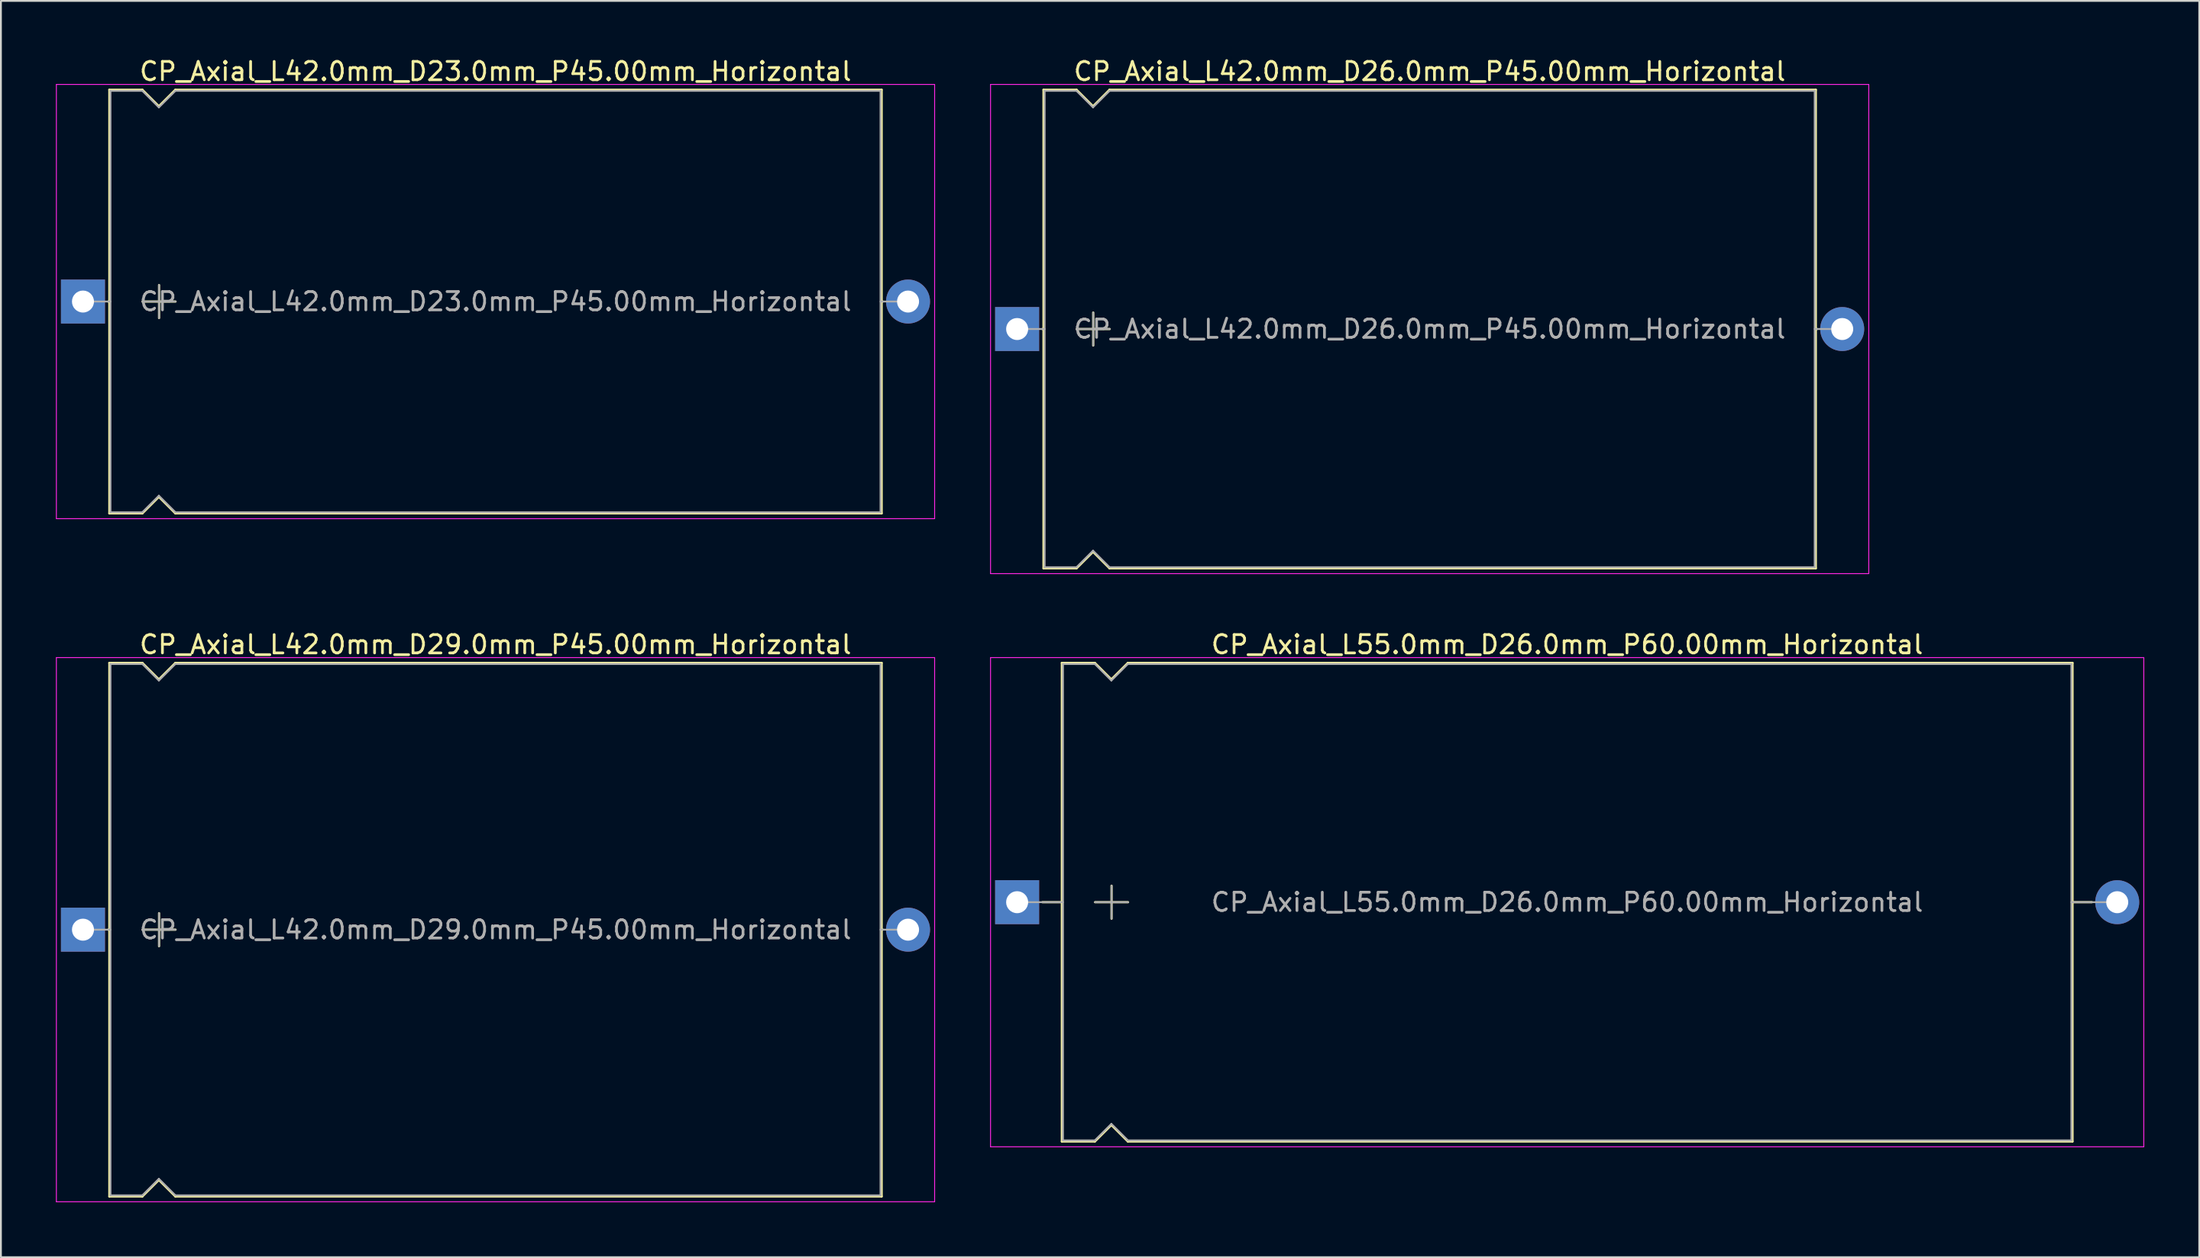
<source format=kicad_pcb>
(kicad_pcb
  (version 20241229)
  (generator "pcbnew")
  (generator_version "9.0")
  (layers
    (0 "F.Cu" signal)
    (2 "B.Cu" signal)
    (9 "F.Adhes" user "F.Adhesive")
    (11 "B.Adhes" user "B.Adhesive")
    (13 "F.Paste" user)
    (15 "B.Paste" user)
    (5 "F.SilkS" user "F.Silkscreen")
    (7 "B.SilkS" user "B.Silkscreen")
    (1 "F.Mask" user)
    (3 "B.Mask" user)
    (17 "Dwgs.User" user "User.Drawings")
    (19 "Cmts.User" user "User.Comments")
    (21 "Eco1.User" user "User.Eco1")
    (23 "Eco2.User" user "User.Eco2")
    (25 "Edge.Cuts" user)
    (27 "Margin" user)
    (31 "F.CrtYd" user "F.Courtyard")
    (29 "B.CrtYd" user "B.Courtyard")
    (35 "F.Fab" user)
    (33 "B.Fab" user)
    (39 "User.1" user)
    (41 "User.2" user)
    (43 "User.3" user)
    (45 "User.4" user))
  (footprint "CP_Axial_L55.0mm_D26.0mm_P60.00mm_Horizontal"
    (layer "F.Cu")
    (at 52.425 46.191)
    (property "Reference" "CP_Axial_L55.0mm_D26.0mm_P60.00mm_Horizontal" (at 30 -14.06 0) (layer "F.SilkS") (effects (font (size 1 1) (thickness 0.15))))
    (attr through_hole)
    (fp_line (start 1.38 0) (end 2.44 0) (stroke (width 0.12) (type solid)) (layer "F.SilkS"))
    (fp_line (start 2.44 -13.06) (end 2.44 13.06) (stroke (width 0.12) (type solid)) (layer "F.SilkS"))
    (fp_line (start 2.44 -13.06) (end 4.24 -13.06) (stroke (width 0.12) (type solid)) (layer "F.SilkS"))
    (fp_line (start 2.44 13.06) (end 4.24 13.06) (stroke (width 0.12) (type solid)) (layer "F.SilkS"))
    (fp_line (start 4.24 -13.06) (end 5.14 -12.16) (stroke (width 0.12) (type solid)) (layer "F.SilkS"))
    (fp_line (start 4.24 13.06) (end 5.14 12.16) (stroke (width 0.12) (type solid)) (layer "F.SilkS"))
    (fp_line (start 4.25 0) (end 6.05 0) (stroke (width 0.12) (type solid)) (layer "F.SilkS"))
    (fp_line (start 5.14 -12.16) (end 6.04 -13.06) (stroke (width 0.12) (type solid)) (layer "F.SilkS"))
    (fp_line (start 5.14 12.16) (end 6.04 13.06) (stroke (width 0.12) (type solid)) (layer "F.SilkS"))
    (fp_line (start 5.15 -0.9) (end 5.15 0.9) (stroke (width 0.12) (type solid)) (layer "F.SilkS"))
    (fp_line (start 6.04 -13.06) (end 57.56 -13.06) (stroke (width 0.12) (type solid)) (layer "F.SilkS"))
    (fp_line (start 6.04 13.06) (end 57.56 13.06) (stroke (width 0.12) (type solid)) (layer "F.SilkS"))
    (fp_line (start 57.56 -13.06) (end 57.56 13.06) (stroke (width 0.12) (type solid)) (layer "F.SilkS"))
    (fp_line (start 58.62 0) (end 57.56 0) (stroke (width 0.12) (type solid)) (layer "F.SilkS"))
    (fp_line (start -1.45 -13.35) (end -1.45 13.35) (stroke (width 0.05) (type solid)) (layer "F.CrtYd"))
    (fp_line (start -1.45 13.35) (end 61.45 13.35) (stroke (width 0.05) (type solid)) (layer "F.CrtYd"))
    (fp_line (start 61.45 -13.35) (end -1.45 -13.35) (stroke (width 0.05) (type solid)) (layer "F.CrtYd"))
    (fp_line (start 61.45 13.35) (end 61.45 -13.35) (stroke (width 0.05) (type solid)) (layer "F.CrtYd"))
    (fp_line (start 0 0) (end 2.5 0) (stroke (width 0.1) (type solid)) (layer "F.Fab"))
    (fp_line (start 2.5 -13) (end 2.5 13) (stroke (width 0.1) (type solid)) (layer "F.Fab"))
    (fp_line (start 2.5 -13) (end 4.24 -13) (stroke (width 0.1) (type solid)) (layer "F.Fab"))
    (fp_line (start 2.5 13) (end 4.24 13) (stroke (width 0.1) (type solid)) (layer "F.Fab"))
    (fp_line (start 4.24 -13) (end 5.14 -12.1) (stroke (width 0.1) (type solid)) (layer "F.Fab"))
    (fp_line (start 4.24 13) (end 5.14 12.1) (stroke (width 0.1) (type solid)) (layer "F.Fab"))
    (fp_line (start 4.25 0) (end 6.05 0) (stroke (width 0.1) (type solid)) (layer "F.Fab"))
    (fp_line (start 5.14 -12.1) (end 6.04 -13) (stroke (width 0.1) (type solid)) (layer "F.Fab"))
    (fp_line (start 5.14 12.1) (end 6.04 13) (stroke (width 0.1) (type solid)) (layer "F.Fab"))
    (fp_line (start 5.15 -0.9) (end 5.15 0.9) (stroke (width 0.1) (type solid)) (layer "F.Fab"))
    (fp_line (start 6.04 -13) (end 57.5 -13) (stroke (width 0.1) (type solid)) (layer "F.Fab"))
    (fp_line (start 6.04 13) (end 57.5 13) (stroke (width 0.1) (type solid)) (layer "F.Fab"))
    (fp_line (start 57.5 -13) (end 57.5 13) (stroke (width 0.1) (type solid)) (layer "F.Fab"))
    (fp_line (start 60 0) (end 57.5 0) (stroke (width 0.1) (type solid)) (layer "F.Fab"))
    (fp_text user "${REFERENCE}" (at 30 0 0) (layer "F.Fab") (effects (font (size 1 1) (thickness 0.15))))
    (pad "1" thru_hole rect (at 0 0) (size 2.4 2.4) (drill 1.2) (layers "*.Cu" "*.Mask"))
    (pad "2" thru_hole oval (at 60 0) (size 2.4 2.4) (drill 1.2) (layers "*.Cu" "*.Mask")))
  (footprint "CP_Axial_L42.0mm_D26.0mm_P45.00mm_Horizontal"
    (layer "F.Cu")
    (at 52.425 14.908)
    (property "Reference" "CP_Axial_L42.0mm_D26.0mm_P45.00mm_Horizontal" (at 22.5 -14.06 0) (layer "F.SilkS") (effects (font (size 1 1) (thickness 0.15))))
    (attr through_hole)
    (fp_line (start 1.38 0) (end 1.44 0) (stroke (width 0.12) (type solid)) (layer "F.SilkS"))
    (fp_line (start 1.44 -13.06) (end 1.44 13.06) (stroke (width 0.12) (type solid)) (layer "F.SilkS"))
    (fp_line (start 1.44 -13.06) (end 3.24 -13.06) (stroke (width 0.12) (type solid)) (layer "F.SilkS"))
    (fp_line (start 1.44 13.06) (end 3.24 13.06) (stroke (width 0.12) (type solid)) (layer "F.SilkS"))
    (fp_line (start 3.24 -13.06) (end 4.14 -12.16) (stroke (width 0.12) (type solid)) (layer "F.SilkS"))
    (fp_line (start 3.24 13.06) (end 4.14 12.16) (stroke (width 0.12) (type solid)) (layer "F.SilkS"))
    (fp_line (start 3.25 0) (end 5.05 0) (stroke (width 0.12) (type solid)) (layer "F.SilkS"))
    (fp_line (start 4.14 -12.16) (end 5.04 -13.06) (stroke (width 0.12) (type solid)) (layer "F.SilkS"))
    (fp_line (start 4.14 12.16) (end 5.04 13.06) (stroke (width 0.12) (type solid)) (layer "F.SilkS"))
    (fp_line (start 4.15 -0.9) (end 4.15 0.9) (stroke (width 0.12) (type solid)) (layer "F.SilkS"))
    (fp_line (start 5.04 -13.06) (end 43.56 -13.06) (stroke (width 0.12) (type solid)) (layer "F.SilkS"))
    (fp_line (start 5.04 13.06) (end 43.56 13.06) (stroke (width 0.12) (type solid)) (layer "F.SilkS"))
    (fp_line (start 43.56 -13.06) (end 43.56 13.06) (stroke (width 0.12) (type solid)) (layer "F.SilkS"))
    (fp_line (start 43.62 0) (end 43.56 0) (stroke (width 0.12) (type solid)) (layer "F.SilkS"))
    (fp_line (start -1.45 -13.35) (end -1.45 13.35) (stroke (width 0.05) (type solid)) (layer "F.CrtYd"))
    (fp_line (start -1.45 13.35) (end 46.45 13.35) (stroke (width 0.05) (type solid)) (layer "F.CrtYd"))
    (fp_line (start 46.45 -13.35) (end -1.45 -13.35) (stroke (width 0.05) (type solid)) (layer "F.CrtYd"))
    (fp_line (start 46.45 13.35) (end 46.45 -13.35) (stroke (width 0.05) (type solid)) (layer "F.CrtYd"))
    (fp_line (start 0 0) (end 1.5 0) (stroke (width 0.1) (type solid)) (layer "F.Fab"))
    (fp_line (start 1.5 -13) (end 1.5 13) (stroke (width 0.1) (type solid)) (layer "F.Fab"))
    (fp_line (start 1.5 -13) (end 3.24 -13) (stroke (width 0.1) (type solid)) (layer "F.Fab"))
    (fp_line (start 1.5 13) (end 3.24 13) (stroke (width 0.1) (type solid)) (layer "F.Fab"))
    (fp_line (start 3.24 -13) (end 4.14 -12.1) (stroke (width 0.1) (type solid)) (layer "F.Fab"))
    (fp_line (start 3.24 13) (end 4.14 12.1) (stroke (width 0.1) (type solid)) (layer "F.Fab"))
    (fp_line (start 3.25 0) (end 5.05 0) (stroke (width 0.1) (type solid)) (layer "F.Fab"))
    (fp_line (start 4.14 -12.1) (end 5.04 -13) (stroke (width 0.1) (type solid)) (layer "F.Fab"))
    (fp_line (start 4.14 12.1) (end 5.04 13) (stroke (width 0.1) (type solid)) (layer "F.Fab"))
    (fp_line (start 4.15 -0.9) (end 4.15 0.9) (stroke (width 0.1) (type solid)) (layer "F.Fab"))
    (fp_line (start 5.04 -13) (end 43.5 -13) (stroke (width 0.1) (type solid)) (layer "F.Fab"))
    (fp_line (start 5.04 13) (end 43.5 13) (stroke (width 0.1) (type solid)) (layer "F.Fab"))
    (fp_line (start 43.5 -13) (end 43.5 13) (stroke (width 0.1) (type solid)) (layer "F.Fab"))
    (fp_line (start 45 0) (end 43.5 0) (stroke (width 0.1) (type solid)) (layer "F.Fab"))
    (fp_text user "${REFERENCE}" (at 22.5 0 0) (layer "F.Fab") (effects (font (size 1 1) (thickness 0.15))))
    (pad "1" thru_hole rect (at 0 0) (size 2.4 2.4) (drill 1.2) (layers "*.Cu" "*.Mask"))
    (pad "2" thru_hole oval (at 45 0) (size 2.4 2.4) (drill 1.2) (layers "*.Cu" "*.Mask")))
  (footprint "CP_Axial_L42.0mm_D29.0mm_P45.00mm_Horizontal"
    (layer "F.Cu")
    (at 1.475 47.691)
    (property "Reference" "CP_Axial_L42.0mm_D29.0mm_P45.00mm_Horizontal" (at 22.5 -15.56 0) (layer "F.SilkS") (effects (font (size 1 1) (thickness 0.15))))
    (attr through_hole)
    (fp_line (start 1.38 0) (end 1.44 0) (stroke (width 0.12) (type solid)) (layer "F.SilkS"))
    (fp_line (start 1.44 -14.56) (end 1.44 14.56) (stroke (width 0.12) (type solid)) (layer "F.SilkS"))
    (fp_line (start 1.44 -14.56) (end 3.24 -14.56) (stroke (width 0.12) (type solid)) (layer "F.SilkS"))
    (fp_line (start 1.44 14.56) (end 3.24 14.56) (stroke (width 0.12) (type solid)) (layer "F.SilkS"))
    (fp_line (start 3.24 -14.56) (end 4.14 -13.66) (stroke (width 0.12) (type solid)) (layer "F.SilkS"))
    (fp_line (start 3.24 14.56) (end 4.14 13.66) (stroke (width 0.12) (type solid)) (layer "F.SilkS"))
    (fp_line (start 3.25 0) (end 5.05 0) (stroke (width 0.12) (type solid)) (layer "F.SilkS"))
    (fp_line (start 4.14 -13.66) (end 5.04 -14.56) (stroke (width 0.12) (type solid)) (layer "F.SilkS"))
    (fp_line (start 4.14 13.66) (end 5.04 14.56) (stroke (width 0.12) (type solid)) (layer "F.SilkS"))
    (fp_line (start 4.15 -0.9) (end 4.15 0.9) (stroke (width 0.12) (type solid)) (layer "F.SilkS"))
    (fp_line (start 5.04 -14.56) (end 43.56 -14.56) (stroke (width 0.12) (type solid)) (layer "F.SilkS"))
    (fp_line (start 5.04 14.56) (end 43.56 14.56) (stroke (width 0.12) (type solid)) (layer "F.SilkS"))
    (fp_line (start 43.56 -14.56) (end 43.56 14.56) (stroke (width 0.12) (type solid)) (layer "F.SilkS"))
    (fp_line (start 43.62 0) (end 43.56 0) (stroke (width 0.12) (type solid)) (layer "F.SilkS"))
    (fp_line (start -1.45 -14.85) (end -1.45 14.85) (stroke (width 0.05) (type solid)) (layer "F.CrtYd"))
    (fp_line (start -1.45 14.85) (end 46.45 14.85) (stroke (width 0.05) (type solid)) (layer "F.CrtYd"))
    (fp_line (start 46.45 -14.85) (end -1.45 -14.85) (stroke (width 0.05) (type solid)) (layer "F.CrtYd"))
    (fp_line (start 46.45 14.85) (end 46.45 -14.85) (stroke (width 0.05) (type solid)) (layer "F.CrtYd"))
    (fp_line (start 0 0) (end 1.5 0) (stroke (width 0.1) (type solid)) (layer "F.Fab"))
    (fp_line (start 1.5 -14.5) (end 1.5 14.5) (stroke (width 0.1) (type solid)) (layer "F.Fab"))
    (fp_line (start 1.5 -14.5) (end 3.24 -14.5) (stroke (width 0.1) (type solid)) (layer "F.Fab"))
    (fp_line (start 1.5 14.5) (end 3.24 14.5) (stroke (width 0.1) (type solid)) (layer "F.Fab"))
    (fp_line (start 3.24 -14.5) (end 4.14 -13.6) (stroke (width 0.1) (type solid)) (layer "F.Fab"))
    (fp_line (start 3.24 14.5) (end 4.14 13.6) (stroke (width 0.1) (type solid)) (layer "F.Fab"))
    (fp_line (start 3.25 0) (end 5.05 0) (stroke (width 0.1) (type solid)) (layer "F.Fab"))
    (fp_line (start 4.14 -13.6) (end 5.04 -14.5) (stroke (width 0.1) (type solid)) (layer "F.Fab"))
    (fp_line (start 4.14 13.6) (end 5.04 14.5) (stroke (width 0.1) (type solid)) (layer "F.Fab"))
    (fp_line (start 4.15 -0.9) (end 4.15 0.9) (stroke (width 0.1) (type solid)) (layer "F.Fab"))
    (fp_line (start 5.04 -14.5) (end 43.5 -14.5) (stroke (width 0.1) (type solid)) (layer "F.Fab"))
    (fp_line (start 5.04 14.5) (end 43.5 14.5) (stroke (width 0.1) (type solid)) (layer "F.Fab"))
    (fp_line (start 43.5 -14.5) (end 43.5 14.5) (stroke (width 0.1) (type solid)) (layer "F.Fab"))
    (fp_line (start 45 0) (end 43.5 0) (stroke (width 0.1) (type solid)) (layer "F.Fab"))
    (fp_text user "${REFERENCE}" (at 22.5 0 0) (layer "F.Fab") (effects (font (size 1 1) (thickness 0.15))))
    (pad "1" thru_hole rect (at 0 0) (size 2.4 2.4) (drill 1.2) (layers "*.Cu" "*.Mask"))
    (pad "2" thru_hole oval (at 45 0) (size 2.4 2.4) (drill 1.2) (layers "*.Cu" "*.Mask")))
  (footprint "CP_Axial_L42.0mm_D23.0mm_P45.00mm_Horizontal"
    (layer "F.Cu")
    (at 1.475 13.408)
    (property "Reference" "CP_Axial_L42.0mm_D23.0mm_P45.00mm_Horizontal" (at 22.5 -12.56 0) (layer "F.SilkS") (effects (font (size 1 1) (thickness 0.15))))
    (attr through_hole)
    (fp_line (start 1.38 0) (end 1.44 0) (stroke (width 0.12) (type solid)) (layer "F.SilkS"))
    (fp_line (start 1.44 -11.56) (end 1.44 11.56) (stroke (width 0.12) (type solid)) (layer "F.SilkS"))
    (fp_line (start 1.44 -11.56) (end 3.24 -11.56) (stroke (width 0.12) (type solid)) (layer "F.SilkS"))
    (fp_line (start 1.44 11.56) (end 3.24 11.56) (stroke (width 0.12) (type solid)) (layer "F.SilkS"))
    (fp_line (start 3.24 -11.56) (end 4.14 -10.66) (stroke (width 0.12) (type solid)) (layer "F.SilkS"))
    (fp_line (start 3.24 11.56) (end 4.14 10.66) (stroke (width 0.12) (type solid)) (layer "F.SilkS"))
    (fp_line (start 3.25 0) (end 5.05 0) (stroke (width 0.12) (type solid)) (layer "F.SilkS"))
    (fp_line (start 4.14 -10.66) (end 5.04 -11.56) (stroke (width 0.12) (type solid)) (layer "F.SilkS"))
    (fp_line (start 4.14 10.66) (end 5.04 11.56) (stroke (width 0.12) (type solid)) (layer "F.SilkS"))
    (fp_line (start 4.15 -0.9) (end 4.15 0.9) (stroke (width 0.12) (type solid)) (layer "F.SilkS"))
    (fp_line (start 5.04 -11.56) (end 43.56 -11.56) (stroke (width 0.12) (type solid)) (layer "F.SilkS"))
    (fp_line (start 5.04 11.56) (end 43.56 11.56) (stroke (width 0.12) (type solid)) (layer "F.SilkS"))
    (fp_line (start 43.56 -11.56) (end 43.56 11.56) (stroke (width 0.12) (type solid)) (layer "F.SilkS"))
    (fp_line (start 43.62 0) (end 43.56 0) (stroke (width 0.12) (type solid)) (layer "F.SilkS"))
    (fp_line (start -1.45 -11.85) (end -1.45 11.85) (stroke (width 0.05) (type solid)) (layer "F.CrtYd"))
    (fp_line (start -1.45 11.85) (end 46.45 11.85) (stroke (width 0.05) (type solid)) (layer "F.CrtYd"))
    (fp_line (start 46.45 -11.85) (end -1.45 -11.85) (stroke (width 0.05) (type solid)) (layer "F.CrtYd"))
    (fp_line (start 46.45 11.85) (end 46.45 -11.85) (stroke (width 0.05) (type solid)) (layer "F.CrtYd"))
    (fp_line (start 0 0) (end 1.5 0) (stroke (width 0.1) (type solid)) (layer "F.Fab"))
    (fp_line (start 1.5 -11.5) (end 1.5 11.5) (stroke (width 0.1) (type solid)) (layer "F.Fab"))
    (fp_line (start 1.5 -11.5) (end 3.24 -11.5) (stroke (width 0.1) (type solid)) (layer "F.Fab"))
    (fp_line (start 1.5 11.5) (end 3.24 11.5) (stroke (width 0.1) (type solid)) (layer "F.Fab"))
    (fp_line (start 3.24 -11.5) (end 4.14 -10.6) (stroke (width 0.1) (type solid)) (layer "F.Fab"))
    (fp_line (start 3.24 11.5) (end 4.14 10.6) (stroke (width 0.1) (type solid)) (layer "F.Fab"))
    (fp_line (start 3.25 0) (end 5.05 0) (stroke (width 0.1) (type solid)) (layer "F.Fab"))
    (fp_line (start 4.14 -10.6) (end 5.04 -11.5) (stroke (width 0.1) (type solid)) (layer "F.Fab"))
    (fp_line (start 4.14 10.6) (end 5.04 11.5) (stroke (width 0.1) (type solid)) (layer "F.Fab"))
    (fp_line (start 4.15 -0.9) (end 4.15 0.9) (stroke (width 0.1) (type solid)) (layer "F.Fab"))
    (fp_line (start 5.04 -11.5) (end 43.5 -11.5) (stroke (width 0.1) (type solid)) (layer "F.Fab"))
    (fp_line (start 5.04 11.5) (end 43.5 11.5) (stroke (width 0.1) (type solid)) (layer "F.Fab"))
    (fp_line (start 43.5 -11.5) (end 43.5 11.5) (stroke (width 0.1) (type solid)) (layer "F.Fab"))
    (fp_line (start 45 0) (end 43.5 0) (stroke (width 0.1) (type solid)) (layer "F.Fab"))
    (fp_text user "${REFERENCE}" (at 22.5 0 0) (layer "F.Fab") (effects (font (size 1 1) (thickness 0.15))))
    (pad "1" thru_hole rect (at 0 0) (size 2.4 2.4) (drill 1.2) (layers "*.Cu" "*.Mask"))
    (pad "2" thru_hole oval (at 45 0) (size 2.4 2.4) (drill 1.2) (layers "*.Cu" "*.Mask")))
  (gr_rect
    (start -3 -3)
    (end 116.9 65.567)
    (stroke (width 0.1) (type default))
    (fill no)
    (layer "Edge.Cuts")))
</source>
